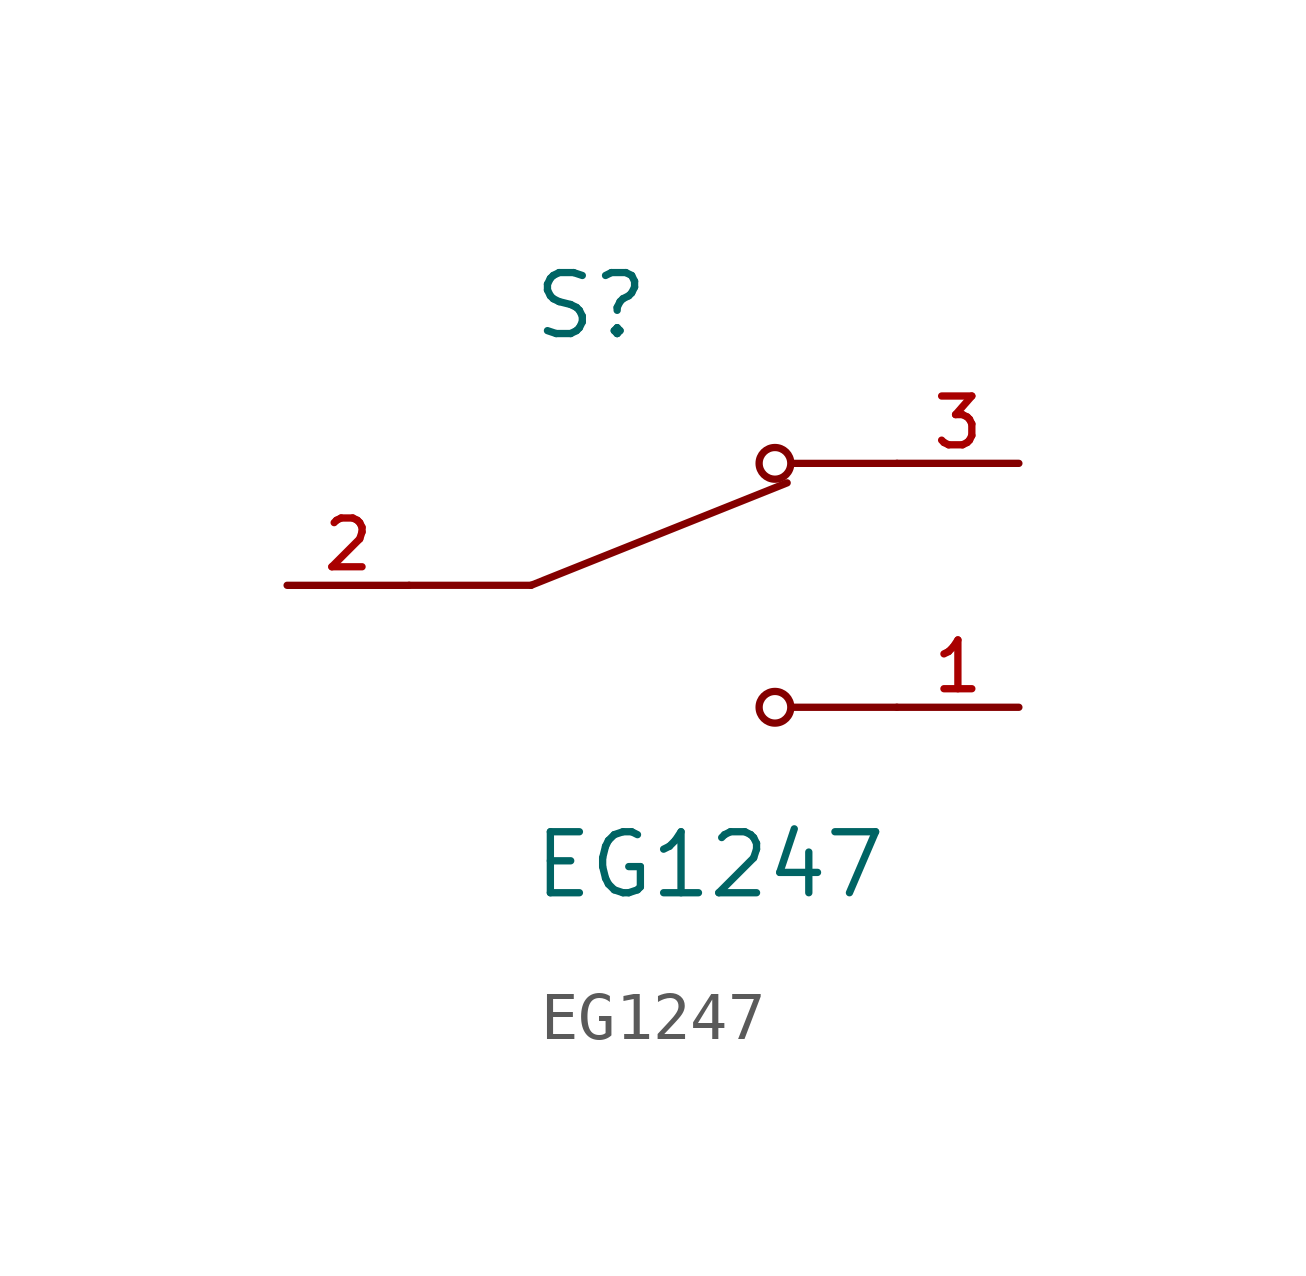
<source format=kicad_sym>
(kicad_symbol_lib
  (version 20211014)
  (generator kicad_symbol_editor)
  (symbol "EG1247"
    (pin_names
      (offset 1.016))
    (property "Reference" "S"
      (at -2.54 5.08 0)
      (effects (font (size 1.27 1.27)) (justify bottom left)))
    (property "Value" "EG1247"
      (at -2.54 -5.08 0)
      (effects (font (size 1.27 1.27)) (justify top left)))
    (symbol "EG1247_0_0"
      (polyline (pts (xy -2.54 0.0) (xy 2.794 2.134)) (stroke (width 0.152)))
      (circle (center 2.54 2.54) (radius 0.33) (stroke (width 0.152)) (fill (type none)))
      (circle (center 2.54 -2.54) (radius 0.33) (stroke (width 0.152)) (fill (type none)))
      (polyline (pts (xy 5.08 -2.54) (xy 2.921 -2.54)) (stroke (width 0.152)))
      (polyline (pts (xy 5.08 2.54) (xy 2.921 2.54)) (stroke (width 0.152)))
      (polyline (pts (xy -2.54 0.0) (xy -5.08 0.0)) (stroke (width 0.152)))
      (pin passive line (at 7.62 2.54 180.0) (length 2.54) (name "~" (effects (font (size 1.016 1.016)))) (number "3" (effects (font (size 1.016 1.016)))))
      (pin passive line (at -7.62 0.0 0) (length 2.54) (name "~" (effects (font (size 1.016 1.016)))) (number "2" (effects (font (size 1.016 1.016)))))
      (pin passive line (at 7.62 -2.54 180.0) (length 2.54) (name "~" (effects (font (size 1.016 1.016)))) (number "1" (effects (font (size 1.016 1.016))))))))
</source>
